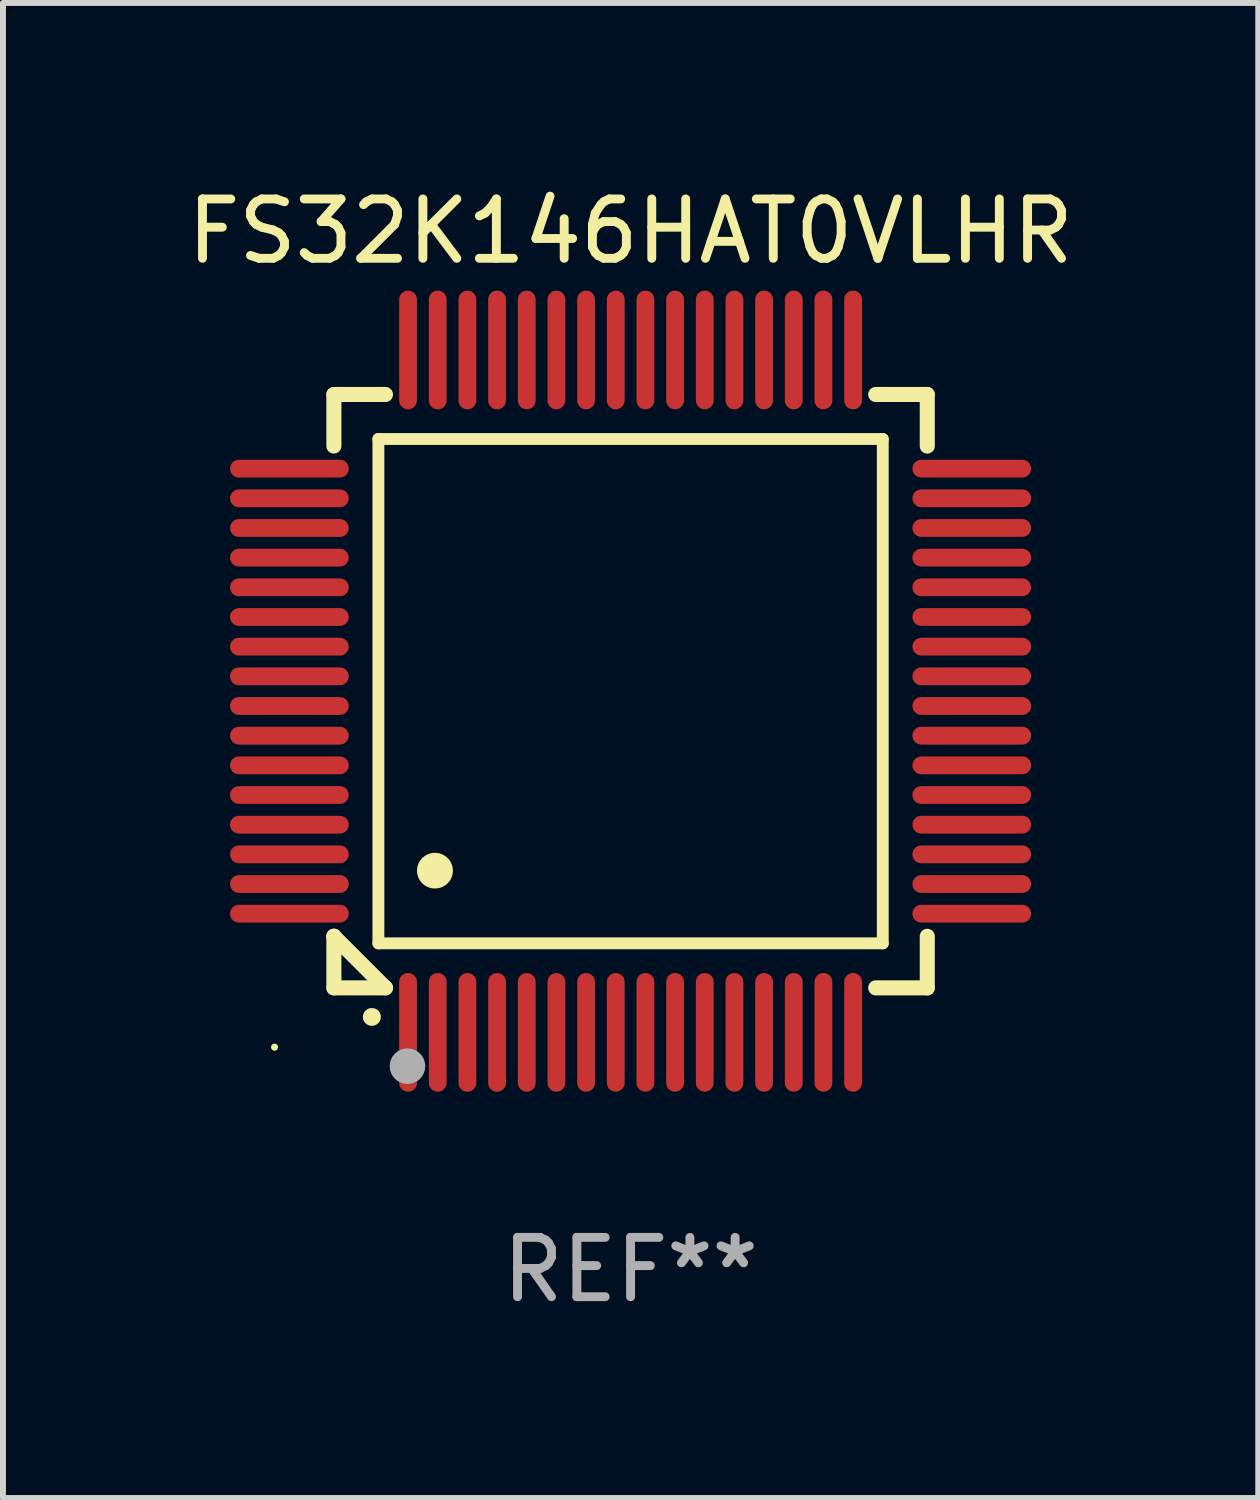
<source format=kicad_pcb>
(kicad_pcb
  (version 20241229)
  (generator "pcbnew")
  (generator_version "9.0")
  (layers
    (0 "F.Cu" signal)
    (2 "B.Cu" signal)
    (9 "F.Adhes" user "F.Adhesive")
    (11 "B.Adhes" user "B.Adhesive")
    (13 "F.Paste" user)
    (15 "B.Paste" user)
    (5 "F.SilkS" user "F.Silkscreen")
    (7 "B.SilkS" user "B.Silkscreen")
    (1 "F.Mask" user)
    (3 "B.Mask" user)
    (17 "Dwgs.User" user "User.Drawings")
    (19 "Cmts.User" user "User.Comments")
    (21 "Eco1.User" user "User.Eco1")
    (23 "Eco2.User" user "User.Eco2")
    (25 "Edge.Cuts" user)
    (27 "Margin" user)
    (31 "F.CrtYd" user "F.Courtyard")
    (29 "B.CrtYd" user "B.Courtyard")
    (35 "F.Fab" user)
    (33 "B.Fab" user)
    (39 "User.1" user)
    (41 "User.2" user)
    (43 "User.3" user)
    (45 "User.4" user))
  (footprint "FS32K146HAT0VLHR"
    (layer "F.Cu")
    (at 7.577 8.598)
    (property "Reference" "FS32K146HAT0VLHR" (at 0 -7.75 0) (layer "F.SilkS") (effects (font (size 1 1) (thickness 0.15))))
    (attr through_hole)
    (fp_line (start -5 -5) (end -4.131 -5) (stroke (width 0.254) (type solid)) (layer "F.SilkS"))
    (fp_line (start -5 -4.131) (end -5 -5) (stroke (width 0.254) (type solid)) (layer "F.SilkS"))
    (fp_line (start -5 4.131) (end -5 4.131) (stroke (width 0.254) (type solid)) (layer "F.SilkS"))
    (fp_line (start -5 5) (end -5 4.131) (stroke (width 0.254) (type solid)) (layer "F.SilkS"))
    (fp_line (start -5 4.131) (end -4.131 5) (stroke (width 0.254) (type solid)) (layer "F.SilkS"))
    (fp_line (start -4.25 -4.25) (end -4.25 4.25) (stroke (width 0.2) (type solid)) (layer "F.SilkS"))
    (fp_line (start -4.25 4.25) (end 4.25 4.25) (stroke (width 0.2) (type solid)) (layer "F.SilkS"))
    (fp_line (start -4.131 5) (end -5 5) (stroke (width 0.254) (type solid)) (layer "F.SilkS"))
    (fp_line (start 4.25 -4.25) (end -4.25 -4.25) (stroke (width 0.2) (type solid)) (layer "F.SilkS"))
    (fp_line (start 4.25 4.25) (end 4.25 -4.25) (stroke (width 0.2) (type solid)) (layer "F.SilkS"))
    (fp_line (start 5 -5) (end 4.131 -5) (stroke (width 0.254) (type solid)) (layer "F.SilkS"))
    (fp_line (start 5 -5) (end 5 -4.131) (stroke (width 0.254) (type solid)) (layer "F.SilkS"))
    (fp_line (start 5 4.131) (end 5 5) (stroke (width 0.254) (type solid)) (layer "F.SilkS"))
    (fp_line (start 5 5) (end 4.131 5) (stroke (width 0.254) (type solid)) (layer "F.SilkS"))
    (fp_arc (start -4.361265 5.489992) (mid -4.359995 5.489987) (end -4.358725 5.489992) (stroke (width 0.3) (type solid)) (layer "F.SilkS"))
    (fp_arc (start -3.299467 3.025146) (mid -3.296927 3.025135) (end -3.294387 3.025146) (stroke (width 0.6) (type solid)) (layer "F.SilkS"))
    (fp_circle (center -6 6) (end -5.97 6) (stroke (width 0.06) (type solid)) (fill no) (layer "F.SilkS"))
    (fp_circle (center -3.76 6.32) (end -3.61 6.32) (stroke (width 0.3) (type solid)) (fill no) (layer "F.Fab"))
    (fp_text user "REF**" (at 0 9.75 0) (layer "F.Fab") (effects (font (size 1 1) (thickness 0.15))))
    (pad "1" smd oval (at -3.75 5.75) (size 0.3 2) (layers "F.Cu" "F.Mask" "F.Paste"))
    (pad "2" smd oval (at -3.25 5.75) (size 0.3 2) (layers "F.Cu" "F.Mask" "F.Paste"))
    (pad "3" smd oval (at -2.75 5.75) (size 0.3 2) (layers "F.Cu" "F.Mask" "F.Paste"))
    (pad "4" smd oval (at -2.25 5.75) (size 0.3 2) (layers "F.Cu" "F.Mask" "F.Paste"))
    (pad "5" smd oval (at -1.75 5.75) (size 0.3 2) (layers "F.Cu" "F.Mask" "F.Paste"))
    (pad "6" smd oval (at -1.25 5.75) (size 0.3 2) (layers "F.Cu" "F.Mask" "F.Paste"))
    (pad "7" smd oval (at -0.75 5.75) (size 0.3 2) (layers "F.Cu" "F.Mask" "F.Paste"))
    (pad "8" smd oval (at -0.25 5.75) (size 0.3 2) (layers "F.Cu" "F.Mask" "F.Paste"))
    (pad "9" smd oval (at 0.25 5.75) (size 0.3 2) (layers "F.Cu" "F.Mask" "F.Paste"))
    (pad "10" smd oval (at 0.75 5.75) (size 0.3 2) (layers "F.Cu" "F.Mask" "F.Paste"))
    (pad "11" smd oval (at 1.25 5.75) (size 0.3 2) (layers "F.Cu" "F.Mask" "F.Paste"))
    (pad "12" smd oval (at 1.75 5.75) (size 0.3 2) (layers "F.Cu" "F.Mask" "F.Paste"))
    (pad "13" smd oval (at 2.25 5.75) (size 0.3 2) (layers "F.Cu" "F.Mask" "F.Paste"))
    (pad "14" smd oval (at 2.75 5.75) (size 0.3 2) (layers "F.Cu" "F.Mask" "F.Paste"))
    (pad "15" smd oval (at 3.25 5.75) (size 0.3 2) (layers "F.Cu" "F.Mask" "F.Paste"))
    (pad "16" smd oval (at 3.75 5.75) (size 0.3 2) (layers "F.Cu" "F.Mask" "F.Paste"))
    (pad "17" smd oval (at 5.75 3.75) (size 2 0.3) (layers "F.Cu" "F.Mask" "F.Paste"))
    (pad "18" smd oval (at 5.75 3.25) (size 2 0.3) (layers "F.Cu" "F.Mask" "F.Paste"))
    (pad "19" smd oval (at 5.75 2.75) (size 2 0.3) (layers "F.Cu" "F.Mask" "F.Paste"))
    (pad "20" smd oval (at 5.75 2.25) (size 2 0.3) (layers "F.Cu" "F.Mask" "F.Paste"))
    (pad "21" smd oval (at 5.75 1.75) (size 2 0.3) (layers "F.Cu" "F.Mask" "F.Paste"))
    (pad "22" smd oval (at 5.75 1.25) (size 2 0.3) (layers "F.Cu" "F.Mask" "F.Paste"))
    (pad "23" smd oval (at 5.75 0.75) (size 2 0.3) (layers "F.Cu" "F.Mask" "F.Paste"))
    (pad "24" smd oval (at 5.75 0.25) (size 2 0.3) (layers "F.Cu" "F.Mask" "F.Paste"))
    (pad "25" smd oval (at 5.75 -0.25) (size 2 0.3) (layers "F.Cu" "F.Mask" "F.Paste"))
    (pad "26" smd oval (at 5.75 -0.75) (size 2 0.3) (layers "F.Cu" "F.Mask" "F.Paste"))
    (pad "27" smd oval (at 5.75 -1.25) (size 2 0.3) (layers "F.Cu" "F.Mask" "F.Paste"))
    (pad "28" smd oval (at 5.75 -1.75) (size 2 0.3) (layers "F.Cu" "F.Mask" "F.Paste"))
    (pad "29" smd oval (at 5.75 -2.25) (size 2 0.3) (layers "F.Cu" "F.Mask" "F.Paste"))
    (pad "30" smd oval (at 5.75 -2.75) (size 2 0.3) (layers "F.Cu" "F.Mask" "F.Paste"))
    (pad "31" smd oval (at 5.75 -3.25) (size 2 0.3) (layers "F.Cu" "F.Mask" "F.Paste"))
    (pad "32" smd oval (at 5.75 -3.75) (size 2 0.3) (layers "F.Cu" "F.Mask" "F.Paste"))
    (pad "33" smd oval (at 3.75 -5.75) (size 0.3 2) (layers "F.Cu" "F.Mask" "F.Paste"))
    (pad "34" smd oval (at 3.25 -5.75) (size 0.3 2) (layers "F.Cu" "F.Mask" "F.Paste"))
    (pad "35" smd oval (at 2.75 -5.75) (size 0.3 2) (layers "F.Cu" "F.Mask" "F.Paste"))
    (pad "36" smd oval (at 2.25 -5.75) (size 0.3 2) (layers "F.Cu" "F.Mask" "F.Paste"))
    (pad "37" smd oval (at 1.75 -5.75) (size 0.3 2) (layers "F.Cu" "F.Mask" "F.Paste"))
    (pad "38" smd oval (at 1.25 -5.75) (size 0.3 2) (layers "F.Cu" "F.Mask" "F.Paste"))
    (pad "39" smd oval (at 0.75 -5.75) (size 0.3 2) (layers "F.Cu" "F.Mask" "F.Paste"))
    (pad "40" smd oval (at 0.25 -5.75) (size 0.3 2) (layers "F.Cu" "F.Mask" "F.Paste"))
    (pad "41" smd oval (at -0.25 -5.75) (size 0.3 2) (layers "F.Cu" "F.Mask" "F.Paste"))
    (pad "42" smd oval (at -0.75 -5.75) (size 0.3 2) (layers "F.Cu" "F.Mask" "F.Paste"))
    (pad "43" smd oval (at -1.25 -5.75) (size 0.3 2) (layers "F.Cu" "F.Mask" "F.Paste"))
    (pad "44" smd oval (at -1.75 -5.75) (size 0.3 2) (layers "F.Cu" "F.Mask" "F.Paste"))
    (pad "45" smd oval (at -2.25 -5.75) (size 0.3 2) (layers "F.Cu" "F.Mask" "F.Paste"))
    (pad "46" smd oval (at -2.75 -5.75) (size 0.3 2) (layers "F.Cu" "F.Mask" "F.Paste"))
    (pad "47" smd oval (at -3.25 -5.75) (size 0.3 2) (layers "F.Cu" "F.Mask" "F.Paste"))
    (pad "48" smd oval (at -3.75 -5.75) (size 0.3 2) (layers "F.Cu" "F.Mask" "F.Paste"))
    (pad "49" smd oval (at -5.75 -3.75) (size 2 0.3) (layers "F.Cu" "F.Mask" "F.Paste"))
    (pad "50" smd oval (at -5.75 -3.25) (size 2 0.3) (layers "F.Cu" "F.Mask" "F.Paste"))
    (pad "51" smd oval (at -5.75 -2.75) (size 2 0.3) (layers "F.Cu" "F.Mask" "F.Paste"))
    (pad "52" smd oval (at -5.75 -2.25) (size 2 0.3) (layers "F.Cu" "F.Mask" "F.Paste"))
    (pad "53" smd oval (at -5.75 -1.75) (size 2 0.3) (layers "F.Cu" "F.Mask" "F.Paste"))
    (pad "54" smd oval (at -5.75 -1.25) (size 2 0.3) (layers "F.Cu" "F.Mask" "F.Paste"))
    (pad "55" smd oval (at -5.75 -0.75) (size 2 0.3) (layers "F.Cu" "F.Mask" "F.Paste"))
    (pad "56" smd oval (at -5.75 -0.25) (size 2 0.3) (layers "F.Cu" "F.Mask" "F.Paste"))
    (pad "57" smd oval (at -5.75 0.25) (size 2 0.3) (layers "F.Cu" "F.Mask" "F.Paste"))
    (pad "58" smd oval (at -5.75 0.75) (size 2 0.3) (layers "F.Cu" "F.Mask" "F.Paste"))
    (pad "59" smd oval (at -5.75 1.25) (size 2 0.3) (layers "F.Cu" "F.Mask" "F.Paste"))
    (pad "60" smd oval (at -5.75 1.75) (size 2 0.3) (layers "F.Cu" "F.Mask" "F.Paste"))
    (pad "61" smd oval (at -5.75 2.25) (size 2 0.3) (layers "F.Cu" "F.Mask" "F.Paste"))
    (pad "62" smd oval (at -5.75 2.75) (size 2 0.3) (layers "F.Cu" "F.Mask" "F.Paste"))
    (pad "63" smd oval (at -5.75 3.25) (size 2 0.3) (layers "F.Cu" "F.Mask" "F.Paste"))
    (pad "64" smd oval (at -5.75 3.75) (size 2 0.3) (layers "F.Cu" "F.Mask" "F.Paste")))
  (gr_rect
    (start -3 -3)
    (end 18.155 22.196)
    (stroke (width 0.1) (type default))
    (fill no)
    (layer "Edge.Cuts")))
</source>
